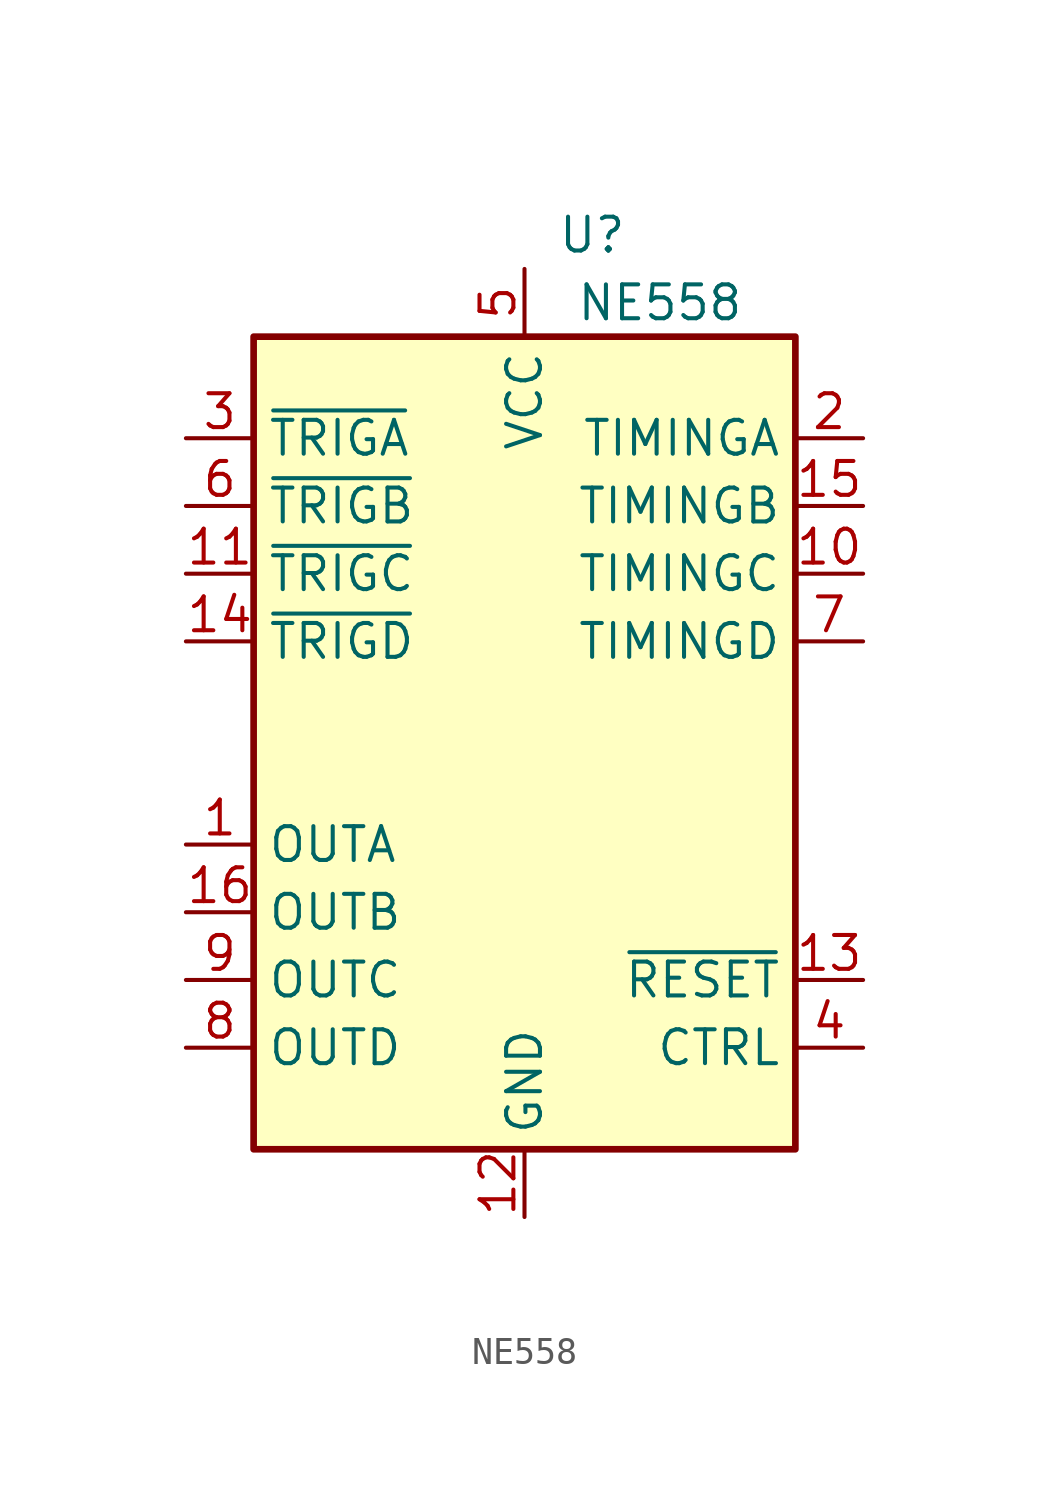
<source format=kicad_sym>
(kicad_symbol_lib
  (version 20220914)
  (generator kicad_symbol_editor)
  (symbol "NE558"
    (property "Reference" "U"
      (at 2.54 3.81 0)
      (effects (font (size 1.27 1.27))))
    (property "Value" "NE558"
      (at 5.08 1.27 0)
      (effects (font (size 1.27 1.27))))
    (symbol "NE558_1_1"
      (rectangle (start -10.16 0) (end 10.16 -30.48) (stroke (width 0.25) (type default)) (fill (type background)))
      (pin output line (at -12.7 -19.05 0) (length 2.54) (name "OUTA" (effects (font (size 1.27 1.27)))) (number "1" (effects (font (size 1.27 1.27)))))
      (pin input line (at 12.7 -8.89 180) (length 2.54) (name "TIMINGC" (effects (font (size 1.27 1.27)))) (number "10" (effects (font (size 1.27 1.27)))))
      (pin input line (at -12.7 -8.89 0) (length 2.54) (name "~{TRIGC}" (effects (font (size 1.27 1.27)))) (number "11" (effects (font (size 1.27 1.27)))))
      (pin power_in line (at 0 -33.02 90) (length 2.54) (name "GND" (effects (font (size 1.27 1.27)))) (number "12" (effects (font (size 1.27 1.27)))))
      (pin input line (at 12.7 -24.13 180) (length 2.54) (name "~{RESET}" (effects (font (size 1.27 1.27)))) (number "13" (effects (font (size 1.27 1.27)))))
      (pin input line (at -12.7 -11.43 0) (length 2.54) (name "~{TRIGD}" (effects (font (size 1.27 1.27)))) (number "14" (effects (font (size 1.27 1.27)))))
      (pin input line (at 12.7 -6.35 180) (length 2.54) (name "TIMINGB" (effects (font (size 1.27 1.27)))) (number "15" (effects (font (size 1.27 1.27)))))
      (pin output line (at -12.7 -21.59 0) (length 2.54) (name "OUTB" (effects (font (size 1.27 1.27)))) (number "16" (effects (font (size 1.27 1.27)))))
      (pin input line (at 12.7 -3.81 180) (length 2.54) (name "TIMINGA" (effects (font (size 1.27 1.27)))) (number "2" (effects (font (size 1.27 1.27)))))
      (pin input line (at -12.7 -3.81 0) (length 2.54) (name "~{TRIGA}" (effects (font (size 1.27 1.27)))) (number "3" (effects (font (size 1.27 1.27)))))
      (pin input line (at 12.7 -26.67 180) (length 2.54) (name "CTRL" (effects (font (size 1.27 1.27)))) (number "4" (effects (font (size 1.27 1.27)))))
      (pin power_in line (at 0 2.54 270) (length 2.54) (name "VCC" (effects (font (size 1.27 1.27)))) (number "5" (effects (font (size 1.27 1.27)))))
      (pin input line (at -12.7 -6.35 0) (length 2.54) (name "~{TRIGB}" (effects (font (size 1.27 1.27)))) (number "6" (effects (font (size 1.27 1.27)))))
      (pin input line (at 12.7 -11.43 180) (length 2.54) (name "TIMINGD" (effects (font (size 1.27 1.27)))) (number "7" (effects (font (size 1.27 1.27)))))
      (pin output line (at -12.7 -26.67 0) (length 2.54) (name "OUTD" (effects (font (size 1.27 1.27)))) (number "8" (effects (font (size 1.27 1.27)))))
      (pin output line (at -12.7 -24.13 0) (length 2.54) (name "OUTC" (effects (font (size 1.27 1.27)))) (number "9" (effects (font (size 1.27 1.27))))))))
</source>
